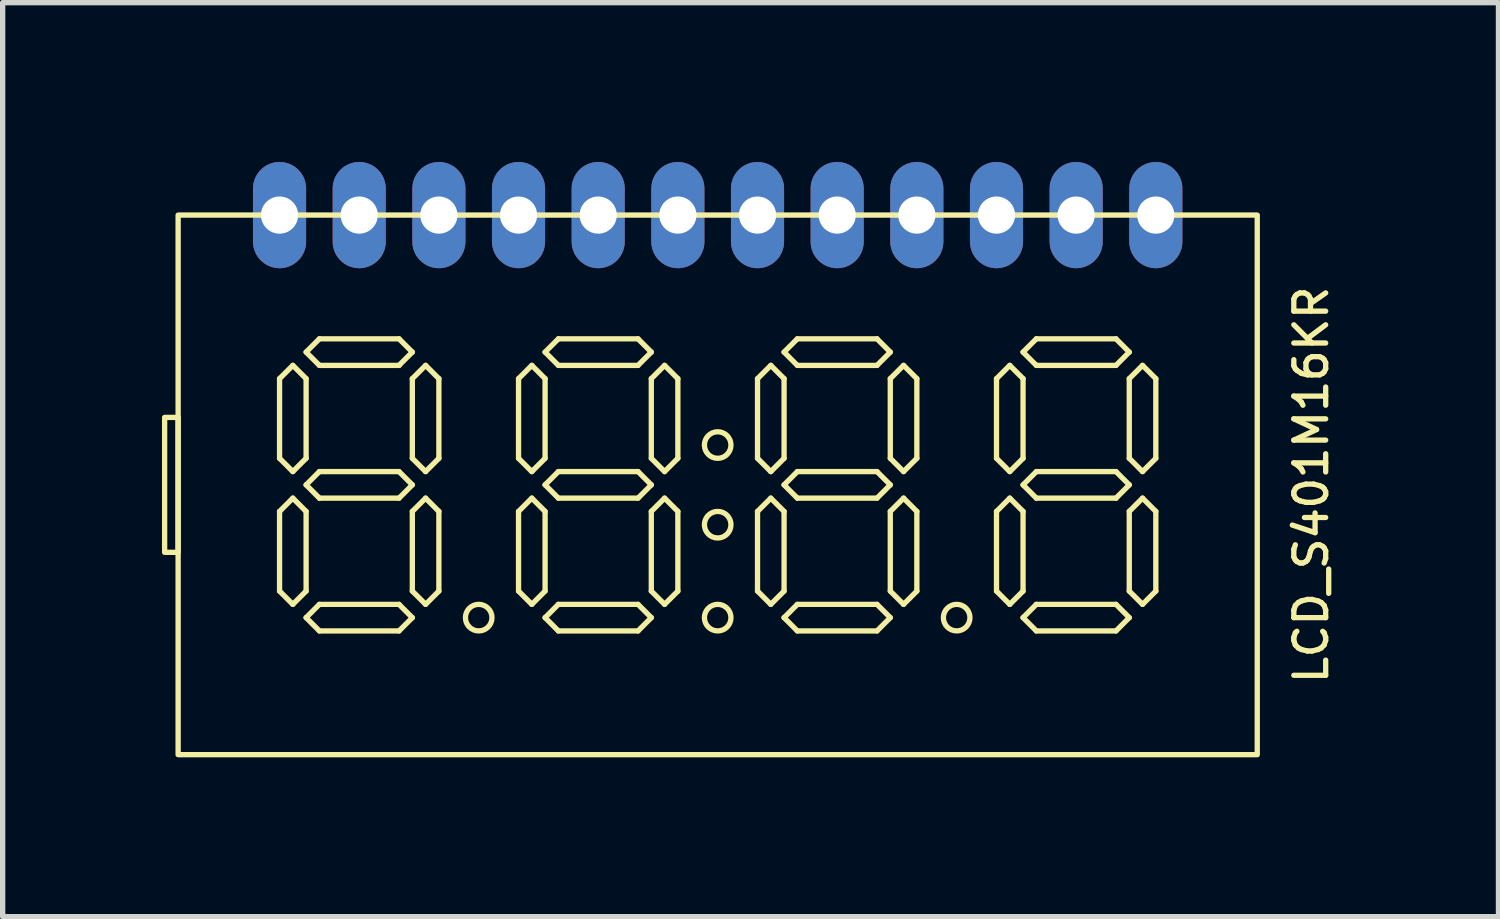
<source format=kicad_pcb>
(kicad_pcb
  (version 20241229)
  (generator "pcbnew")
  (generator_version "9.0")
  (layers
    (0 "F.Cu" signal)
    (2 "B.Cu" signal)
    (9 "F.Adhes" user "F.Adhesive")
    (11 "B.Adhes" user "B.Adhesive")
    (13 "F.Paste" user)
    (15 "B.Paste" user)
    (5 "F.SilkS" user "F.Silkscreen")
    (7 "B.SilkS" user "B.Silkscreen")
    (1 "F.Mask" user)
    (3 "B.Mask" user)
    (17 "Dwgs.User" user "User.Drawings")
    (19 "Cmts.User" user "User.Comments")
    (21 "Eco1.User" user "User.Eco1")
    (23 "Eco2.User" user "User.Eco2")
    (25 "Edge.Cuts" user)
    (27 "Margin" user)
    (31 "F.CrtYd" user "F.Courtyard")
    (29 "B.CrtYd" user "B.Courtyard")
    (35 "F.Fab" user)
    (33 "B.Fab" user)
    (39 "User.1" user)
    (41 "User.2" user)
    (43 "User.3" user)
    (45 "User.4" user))
  (footprint "LCD_S401M16KR"
    (layer "F.Cu")
    (at 10.464 6.08)
    (property "Reference" "LCD_S401M16KR" (at 11.176 0 90) (unlocked yes) (layer "F.SilkS") (effects (font (size 0.6 0.6) (thickness 0.1))))
    (attr through_hole)
    (fp_line (start -8.25 -2) (end -8.25 -0.5) (stroke (width 0.1) (type solid)) (layer "F.SilkS"))
    (fp_line (start -8.25 -0.5) (end -8 -0.25) (stroke (width 0.1) (type solid)) (layer "F.SilkS"))
    (fp_line (start -8.25 0.5) (end -8.25 2) (stroke (width 0.1) (type solid)) (layer "F.SilkS"))
    (fp_line (start -8.25 2) (end -8 2.25) (stroke (width 0.1) (type solid)) (layer "F.SilkS"))
    (fp_line (start -8 -2.25) (end -8.25 -2) (stroke (width 0.1) (type solid)) (layer "F.SilkS"))
    (fp_line (start -8 -0.25) (end -7.75 -0.5) (stroke (width 0.1) (type solid)) (layer "F.SilkS"))
    (fp_line (start -8 0.25) (end -8.25 0.5) (stroke (width 0.1) (type solid)) (layer "F.SilkS"))
    (fp_line (start -8 2.25) (end -7.75 2) (stroke (width 0.1) (type solid)) (layer "F.SilkS"))
    (fp_line (start -7.75 -2.5) (end -7.5 -2.25) (stroke (width 0.1) (type solid)) (layer "F.SilkS"))
    (fp_line (start -7.75 -2) (end -8 -2.25) (stroke (width 0.1) (type solid)) (layer "F.SilkS"))
    (fp_line (start -7.75 -0.5) (end -7.75 -2) (stroke (width 0.1) (type solid)) (layer "F.SilkS"))
    (fp_line (start -7.75 0) (end -7.5 0.25) (stroke (width 0.1) (type solid)) (layer "F.SilkS"))
    (fp_line (start -7.75 0.5) (end -8 0.25) (stroke (width 0.1) (type solid)) (layer "F.SilkS"))
    (fp_line (start -7.75 2) (end -7.75 0.5) (stroke (width 0.1) (type solid)) (layer "F.SilkS"))
    (fp_line (start -7.75 2.5) (end -7.5 2.75) (stroke (width 0.1) (type solid)) (layer "F.SilkS"))
    (fp_line (start -7.5 -2.75) (end -7.75 -2.5) (stroke (width 0.1) (type solid)) (layer "F.SilkS"))
    (fp_line (start -7.5 -2.25) (end -6 -2.25) (stroke (width 0.1) (type solid)) (layer "F.SilkS"))
    (fp_line (start -7.5 -0.25) (end -7.75 0) (stroke (width 0.1) (type solid)) (layer "F.SilkS"))
    (fp_line (start -7.5 0.25) (end -6 0.25) (stroke (width 0.1) (type solid)) (layer "F.SilkS"))
    (fp_line (start -7.5 2.25) (end -7.75 2.5) (stroke (width 0.1) (type solid)) (layer "F.SilkS"))
    (fp_line (start -7.5 2.75) (end -6 2.75) (stroke (width 0.1) (type solid)) (layer "F.SilkS"))
    (fp_line (start -6 -2.75) (end -7.5 -2.75) (stroke (width 0.1) (type solid)) (layer "F.SilkS"))
    (fp_line (start -6 -2.25) (end -5.75 -2.5) (stroke (width 0.1) (type solid)) (layer "F.SilkS"))
    (fp_line (start -6 -0.25) (end -7.5 -0.25) (stroke (width 0.1) (type solid)) (layer "F.SilkS"))
    (fp_line (start -6 0.25) (end -5.75 0) (stroke (width 0.1) (type solid)) (layer "F.SilkS"))
    (fp_line (start -6 2.25) (end -7.5 2.25) (stroke (width 0.1) (type solid)) (layer "F.SilkS"))
    (fp_line (start -6 2.75) (end -5.75 2.5) (stroke (width 0.1) (type solid)) (layer "F.SilkS"))
    (fp_line (start -5.75 -2.5) (end -6 -2.75) (stroke (width 0.1) (type solid)) (layer "F.SilkS"))
    (fp_line (start -5.75 -2) (end -5.75 -0.5) (stroke (width 0.1) (type solid)) (layer "F.SilkS"))
    (fp_line (start -5.75 -0.5) (end -5.5 -0.25) (stroke (width 0.1) (type solid)) (layer "F.SilkS"))
    (fp_line (start -5.75 0) (end -6 -0.25) (stroke (width 0.1) (type solid)) (layer "F.SilkS"))
    (fp_line (start -5.75 0.5) (end -5.75 2) (stroke (width 0.1) (type solid)) (layer "F.SilkS"))
    (fp_line (start -5.75 2) (end -5.5 2.25) (stroke (width 0.1) (type solid)) (layer "F.SilkS"))
    (fp_line (start -5.75 2.5) (end -6 2.25) (stroke (width 0.1) (type solid)) (layer "F.SilkS"))
    (fp_line (start -5.5 -2.25) (end -5.75 -2) (stroke (width 0.1) (type solid)) (layer "F.SilkS"))
    (fp_line (start -5.5 -0.25) (end -5.25 -0.5) (stroke (width 0.1) (type solid)) (layer "F.SilkS"))
    (fp_line (start -5.5 0.25) (end -5.75 0.5) (stroke (width 0.1) (type solid)) (layer "F.SilkS"))
    (fp_line (start -5.5 2.25) (end -5.25 2) (stroke (width 0.1) (type solid)) (layer "F.SilkS"))
    (fp_line (start -5.25 -2) (end -5.5 -2.25) (stroke (width 0.1) (type solid)) (layer "F.SilkS"))
    (fp_line (start -5.25 -0.5) (end -5.25 -2) (stroke (width 0.1) (type solid)) (layer "F.SilkS"))
    (fp_line (start -5.25 0.5) (end -5.5 0.25) (stroke (width 0.1) (type solid)) (layer "F.SilkS"))
    (fp_line (start -5.25 2) (end -5.25 0.5) (stroke (width 0.1) (type solid)) (layer "F.SilkS"))
    (fp_line (start -3.75 -2) (end -3.75 -0.5) (stroke (width 0.1) (type solid)) (layer "F.SilkS"))
    (fp_line (start -3.75 -0.5) (end -3.5 -0.25) (stroke (width 0.1) (type solid)) (layer "F.SilkS"))
    (fp_line (start -3.75 0.5) (end -3.75 2) (stroke (width 0.1) (type solid)) (layer "F.SilkS"))
    (fp_line (start -3.75 2) (end -3.5 2.25) (stroke (width 0.1) (type solid)) (layer "F.SilkS"))
    (fp_line (start -3.5 -2.25) (end -3.75 -2) (stroke (width 0.1) (type solid)) (layer "F.SilkS"))
    (fp_line (start -3.5 -0.25) (end -3.25 -0.5) (stroke (width 0.1) (type solid)) (layer "F.SilkS"))
    (fp_line (start -3.5 0.25) (end -3.75 0.5) (stroke (width 0.1) (type solid)) (layer "F.SilkS"))
    (fp_line (start -3.5 2.25) (end -3.25 2) (stroke (width 0.1) (type solid)) (layer "F.SilkS"))
    (fp_line (start -3.25 -2.5) (end -3 -2.25) (stroke (width 0.1) (type solid)) (layer "F.SilkS"))
    (fp_line (start -3.25 -2) (end -3.5 -2.25) (stroke (width 0.1) (type solid)) (layer "F.SilkS"))
    (fp_line (start -3.25 -0.5) (end -3.25 -2) (stroke (width 0.1) (type solid)) (layer "F.SilkS"))
    (fp_line (start -3.25 0) (end -3 0.25) (stroke (width 0.1) (type solid)) (layer "F.SilkS"))
    (fp_line (start -3.25 0.5) (end -3.5 0.25) (stroke (width 0.1) (type solid)) (layer "F.SilkS"))
    (fp_line (start -3.25 2) (end -3.25 0.5) (stroke (width 0.1) (type solid)) (layer "F.SilkS"))
    (fp_line (start -3.25 2.5) (end -3 2.75) (stroke (width 0.1) (type solid)) (layer "F.SilkS"))
    (fp_line (start -3 -2.75) (end -3.25 -2.5) (stroke (width 0.1) (type solid)) (layer "F.SilkS"))
    (fp_line (start -3 -2.25) (end -1.5 -2.25) (stroke (width 0.1) (type solid)) (layer "F.SilkS"))
    (fp_line (start -3 -0.25) (end -3.25 0) (stroke (width 0.1) (type solid)) (layer "F.SilkS"))
    (fp_line (start -3 0.25) (end -1.5 0.25) (stroke (width 0.1) (type solid)) (layer "F.SilkS"))
    (fp_line (start -3 2.25) (end -3.25 2.5) (stroke (width 0.1) (type solid)) (layer "F.SilkS"))
    (fp_line (start -3 2.75) (end -1.5 2.75) (stroke (width 0.1) (type solid)) (layer "F.SilkS"))
    (fp_line (start -1.5 -2.75) (end -3 -2.75) (stroke (width 0.1) (type solid)) (layer "F.SilkS"))
    (fp_line (start -1.5 -2.25) (end -1.25 -2.5) (stroke (width 0.1) (type solid)) (layer "F.SilkS"))
    (fp_line (start -1.5 -0.25) (end -3 -0.25) (stroke (width 0.1) (type solid)) (layer "F.SilkS"))
    (fp_line (start -1.5 0.25) (end -1.25 0) (stroke (width 0.1) (type solid)) (layer "F.SilkS"))
    (fp_line (start -1.5 2.25) (end -3 2.25) (stroke (width 0.1) (type solid)) (layer "F.SilkS"))
    (fp_line (start -1.5 2.75) (end -1.25 2.5) (stroke (width 0.1) (type solid)) (layer "F.SilkS"))
    (fp_line (start -1.25 -2.5) (end -1.5 -2.75) (stroke (width 0.1) (type solid)) (layer "F.SilkS"))
    (fp_line (start -1.25 -2) (end -1.25 -0.5) (stroke (width 0.1) (type solid)) (layer "F.SilkS"))
    (fp_line (start -1.25 -0.5) (end -1 -0.25) (stroke (width 0.1) (type solid)) (layer "F.SilkS"))
    (fp_line (start -1.25 0) (end -1.5 -0.25) (stroke (width 0.1) (type solid)) (layer "F.SilkS"))
    (fp_line (start -1.25 0.5) (end -1.25 2) (stroke (width 0.1) (type solid)) (layer "F.SilkS"))
    (fp_line (start -1.25 2) (end -1 2.25) (stroke (width 0.1) (type solid)) (layer "F.SilkS"))
    (fp_line (start -1.25 2.5) (end -1.5 2.25) (stroke (width 0.1) (type solid)) (layer "F.SilkS"))
    (fp_line (start -1 -2.25) (end -1.25 -2) (stroke (width 0.1) (type solid)) (layer "F.SilkS"))
    (fp_line (start -1 -0.25) (end -0.75 -0.5) (stroke (width 0.1) (type solid)) (layer "F.SilkS"))
    (fp_line (start -1 0.25) (end -1.25 0.5) (stroke (width 0.1) (type solid)) (layer "F.SilkS"))
    (fp_line (start -1 2.25) (end -0.75 2) (stroke (width 0.1) (type solid)) (layer "F.SilkS"))
    (fp_line (start -0.75 -2) (end -1 -2.25) (stroke (width 0.1) (type solid)) (layer "F.SilkS"))
    (fp_line (start -0.75 -0.5) (end -0.75 -2) (stroke (width 0.1) (type solid)) (layer "F.SilkS"))
    (fp_line (start -0.75 0.5) (end -1 0.25) (stroke (width 0.1) (type solid)) (layer "F.SilkS"))
    (fp_line (start -0.75 2) (end -0.75 0.5) (stroke (width 0.1) (type solid)) (layer "F.SilkS"))
    (fp_line (start 0.75 -2) (end 0.75 -0.5) (stroke (width 0.1) (type solid)) (layer "F.SilkS"))
    (fp_line (start 0.75 -0.5) (end 1 -0.25) (stroke (width 0.1) (type solid)) (layer "F.SilkS"))
    (fp_line (start 0.75 0.5) (end 0.75 2) (stroke (width 0.1) (type solid)) (layer "F.SilkS"))
    (fp_line (start 0.75 2) (end 1 2.25) (stroke (width 0.1) (type solid)) (layer "F.SilkS"))
    (fp_line (start 1 -2.25) (end 0.75 -2) (stroke (width 0.1) (type solid)) (layer "F.SilkS"))
    (fp_line (start 1 -0.25) (end 1.25 -0.5) (stroke (width 0.1) (type solid)) (layer "F.SilkS"))
    (fp_line (start 1 0.25) (end 0.75 0.5) (stroke (width 0.1) (type solid)) (layer "F.SilkS"))
    (fp_line (start 1 2.25) (end 1.25 2) (stroke (width 0.1) (type solid)) (layer "F.SilkS"))
    (fp_line (start 1.25 -2.5) (end 1.5 -2.25) (stroke (width 0.1) (type solid)) (layer "F.SilkS"))
    (fp_line (start 1.25 -2) (end 1 -2.25) (stroke (width 0.1) (type solid)) (layer "F.SilkS"))
    (fp_line (start 1.25 -0.5) (end 1.25 -2) (stroke (width 0.1) (type solid)) (layer "F.SilkS"))
    (fp_line (start 1.25 0) (end 1.5 0.25) (stroke (width 0.1) (type solid)) (layer "F.SilkS"))
    (fp_line (start 1.25 0.5) (end 1 0.25) (stroke (width 0.1) (type solid)) (layer "F.SilkS"))
    (fp_line (start 1.25 2) (end 1.25 0.5) (stroke (width 0.1) (type solid)) (layer "F.SilkS"))
    (fp_line (start 1.25 2.5) (end 1.5 2.75) (stroke (width 0.1) (type solid)) (layer "F.SilkS"))
    (fp_line (start 1.5 -2.75) (end 1.25 -2.5) (stroke (width 0.1) (type solid)) (layer "F.SilkS"))
    (fp_line (start 1.5 -2.25) (end 3 -2.25) (stroke (width 0.1) (type solid)) (layer "F.SilkS"))
    (fp_line (start 1.5 -0.25) (end 1.25 0) (stroke (width 0.1) (type solid)) (layer "F.SilkS"))
    (fp_line (start 1.5 0.25) (end 3 0.25) (stroke (width 0.1) (type solid)) (layer "F.SilkS"))
    (fp_line (start 1.5 2.25) (end 1.25 2.5) (stroke (width 0.1) (type solid)) (layer "F.SilkS"))
    (fp_line (start 1.5 2.75) (end 3 2.75) (stroke (width 0.1) (type solid)) (layer "F.SilkS"))
    (fp_line (start 3 -2.75) (end 1.5 -2.75) (stroke (width 0.1) (type solid)) (layer "F.SilkS"))
    (fp_line (start 3 -2.25) (end 3.25 -2.5) (stroke (width 0.1) (type solid)) (layer "F.SilkS"))
    (fp_line (start 3 -0.25) (end 1.5 -0.25) (stroke (width 0.1) (type solid)) (layer "F.SilkS"))
    (fp_line (start 3 0.25) (end 3.25 0) (stroke (width 0.1) (type solid)) (layer "F.SilkS"))
    (fp_line (start 3 2.25) (end 1.5 2.25) (stroke (width 0.1) (type solid)) (layer "F.SilkS"))
    (fp_line (start 3 2.75) (end 3.25 2.5) (stroke (width 0.1) (type solid)) (layer "F.SilkS"))
    (fp_line (start 3.25 -2.5) (end 3 -2.75) (stroke (width 0.1) (type solid)) (layer "F.SilkS"))
    (fp_line (start 3.25 -2) (end 3.25 -0.5) (stroke (width 0.1) (type solid)) (layer "F.SilkS"))
    (fp_line (start 3.25 -0.5) (end 3.5 -0.25) (stroke (width 0.1) (type solid)) (layer "F.SilkS"))
    (fp_line (start 3.25 0) (end 3 -0.25) (stroke (width 0.1) (type solid)) (layer "F.SilkS"))
    (fp_line (start 3.25 0.5) (end 3.25 2) (stroke (width 0.1) (type solid)) (layer "F.SilkS"))
    (fp_line (start 3.25 2) (end 3.5 2.25) (stroke (width 0.1) (type solid)) (layer "F.SilkS"))
    (fp_line (start 3.25 2.5) (end 3 2.25) (stroke (width 0.1) (type solid)) (layer "F.SilkS"))
    (fp_line (start 3.5 -2.25) (end 3.25 -2) (stroke (width 0.1) (type solid)) (layer "F.SilkS"))
    (fp_line (start 3.5 -0.25) (end 3.75 -0.5) (stroke (width 0.1) (type solid)) (layer "F.SilkS"))
    (fp_line (start 3.5 0.25) (end 3.25 0.5) (stroke (width 0.1) (type solid)) (layer "F.SilkS"))
    (fp_line (start 3.5 2.25) (end 3.75 2) (stroke (width 0.1) (type solid)) (layer "F.SilkS"))
    (fp_line (start 3.75 -2) (end 3.5 -2.25) (stroke (width 0.1) (type solid)) (layer "F.SilkS"))
    (fp_line (start 3.75 -0.5) (end 3.75 -2) (stroke (width 0.1) (type solid)) (layer "F.SilkS"))
    (fp_line (start 3.75 0.5) (end 3.5 0.25) (stroke (width 0.1) (type solid)) (layer "F.SilkS"))
    (fp_line (start 3.75 2) (end 3.75 0.5) (stroke (width 0.1) (type solid)) (layer "F.SilkS"))
    (fp_line (start 5.25 -2) (end 5.25 -0.5) (stroke (width 0.1) (type solid)) (layer "F.SilkS"))
    (fp_line (start 5.25 -0.5) (end 5.5 -0.25) (stroke (width 0.1) (type solid)) (layer "F.SilkS"))
    (fp_line (start 5.25 0.5) (end 5.25 2) (stroke (width 0.1) (type solid)) (layer "F.SilkS"))
    (fp_line (start 5.25 2) (end 5.5 2.25) (stroke (width 0.1) (type solid)) (layer "F.SilkS"))
    (fp_line (start 5.5 -2.25) (end 5.25 -2) (stroke (width 0.1) (type solid)) (layer "F.SilkS"))
    (fp_line (start 5.5 -0.25) (end 5.75 -0.5) (stroke (width 0.1) (type solid)) (layer "F.SilkS"))
    (fp_line (start 5.5 0.25) (end 5.25 0.5) (stroke (width 0.1) (type solid)) (layer "F.SilkS"))
    (fp_line (start 5.5 2.25) (end 5.75 2) (stroke (width 0.1) (type solid)) (layer "F.SilkS"))
    (fp_line (start 5.75 -2.5) (end 6 -2.25) (stroke (width 0.1) (type solid)) (layer "F.SilkS"))
    (fp_line (start 5.75 -2) (end 5.5 -2.25) (stroke (width 0.1) (type solid)) (layer "F.SilkS"))
    (fp_line (start 5.75 -0.5) (end 5.75 -2) (stroke (width 0.1) (type solid)) (layer "F.SilkS"))
    (fp_line (start 5.75 0) (end 6 0.25) (stroke (width 0.1) (type solid)) (layer "F.SilkS"))
    (fp_line (start 5.75 0.5) (end 5.5 0.25) (stroke (width 0.1) (type solid)) (layer "F.SilkS"))
    (fp_line (start 5.75 2) (end 5.75 0.5) (stroke (width 0.1) (type solid)) (layer "F.SilkS"))
    (fp_line (start 5.75 2.5) (end 6 2.75) (stroke (width 0.1) (type solid)) (layer "F.SilkS"))
    (fp_line (start 6 -2.75) (end 5.75 -2.5) (stroke (width 0.1) (type solid)) (layer "F.SilkS"))
    (fp_line (start 6 -2.25) (end 7.5 -2.25) (stroke (width 0.1) (type solid)) (layer "F.SilkS"))
    (fp_line (start 6 -0.25) (end 5.75 0) (stroke (width 0.1) (type solid)) (layer "F.SilkS"))
    (fp_line (start 6 0.25) (end 7.5 0.25) (stroke (width 0.1) (type solid)) (layer "F.SilkS"))
    (fp_line (start 6 2.25) (end 5.75 2.5) (stroke (width 0.1) (type solid)) (layer "F.SilkS"))
    (fp_line (start 6 2.75) (end 7.5 2.75) (stroke (width 0.1) (type solid)) (layer "F.SilkS"))
    (fp_line (start 7.5 -2.75) (end 6 -2.75) (stroke (width 0.1) (type solid)) (layer "F.SilkS"))
    (fp_line (start 7.5 -2.25) (end 7.75 -2.5) (stroke (width 0.1) (type solid)) (layer "F.SilkS"))
    (fp_line (start 7.5 -0.25) (end 6 -0.25) (stroke (width 0.1) (type solid)) (layer "F.SilkS"))
    (fp_line (start 7.5 0.25) (end 7.75 0) (stroke (width 0.1) (type solid)) (layer "F.SilkS"))
    (fp_line (start 7.5 2.25) (end 6 2.25) (stroke (width 0.1) (type solid)) (layer "F.SilkS"))
    (fp_line (start 7.5 2.75) (end 7.75 2.5) (stroke (width 0.1) (type solid)) (layer "F.SilkS"))
    (fp_line (start 7.75 -2.5) (end 7.5 -2.75) (stroke (width 0.1) (type solid)) (layer "F.SilkS"))
    (fp_line (start 7.75 -2) (end 7.75 -0.5) (stroke (width 0.1) (type solid)) (layer "F.SilkS"))
    (fp_line (start 7.75 -0.5) (end 8 -0.25) (stroke (width 0.1) (type solid)) (layer "F.SilkS"))
    (fp_line (start 7.75 0) (end 7.5 -0.25) (stroke (width 0.1) (type solid)) (layer "F.SilkS"))
    (fp_line (start 7.75 0.5) (end 7.75 2) (stroke (width 0.1) (type solid)) (layer "F.SilkS"))
    (fp_line (start 7.75 2) (end 8 2.25) (stroke (width 0.1) (type solid)) (layer "F.SilkS"))
    (fp_line (start 7.75 2.5) (end 7.5 2.25) (stroke (width 0.1) (type solid)) (layer "F.SilkS"))
    (fp_line (start 8 -2.25) (end 7.75 -2) (stroke (width 0.1) (type solid)) (layer "F.SilkS"))
    (fp_line (start 8 -0.25) (end 8.25 -0.5) (stroke (width 0.1) (type solid)) (layer "F.SilkS"))
    (fp_line (start 8 0.25) (end 7.75 0.5) (stroke (width 0.1) (type solid)) (layer "F.SilkS"))
    (fp_line (start 8 2.25) (end 8.25 2) (stroke (width 0.1) (type solid)) (layer "F.SilkS"))
    (fp_line (start 8.25 -2) (end 8 -2.25) (stroke (width 0.1) (type solid)) (layer "F.SilkS"))
    (fp_line (start 8.25 -0.5) (end 8.25 -2) (stroke (width 0.1) (type solid)) (layer "F.SilkS"))
    (fp_line (start 8.25 0.5) (end 8 0.25) (stroke (width 0.1) (type solid)) (layer "F.SilkS"))
    (fp_line (start 8.25 2) (end 8.25 0.5) (stroke (width 0.1) (type solid)) (layer "F.SilkS"))
    (fp_rect (start -10.16 -5.08) (end 10.16 5.08) (stroke (width 0.1) (type solid)) (fill no) (layer "F.SilkS"))
    (fp_rect (start -10.16 -1.27) (end -10.414 1.27) (stroke (width 0.1) (type solid)) (fill no) (layer "F.SilkS"))
    (fp_circle (center -4.5 2.5) (end -4.5 2.25) (stroke (width 0.1) (type solid)) (fill no) (layer "F.SilkS"))
    (fp_circle (center 0 -0.75) (end 0.25 -0.75) (stroke (width 0.1) (type solid)) (fill no) (layer "F.SilkS"))
    (fp_circle (center 0 0.75) (end 0.25 0.75) (stroke (width 0.1) (type solid)) (fill no) (layer "F.SilkS"))
    (fp_circle (center 0 2.5) (end 0 2.25) (stroke (width 0.1) (type solid)) (fill no) (layer "F.SilkS"))
    (fp_circle (center 4.5 2.5) (end 4.5 2.25) (stroke (width 0.1) (type solid)) (fill no) (layer "F.SilkS"))
    (pad "1" thru_hole oval (at -8.25 -5.08) (size 1 2) (drill 0.7) (layers "*.Cu" "*.Mask"))
    (pad "2" thru_hole oval (at -6.75 -5.08) (size 1 2) (drill 0.7) (layers "*.Cu" "*.Mask"))
    (pad "3" thru_hole oval (at -5.25 -5.08) (size 1 2) (drill 0.7) (layers "*.Cu" "*.Mask"))
    (pad "4" thru_hole oval (at -3.75 -5.08) (size 1 2) (drill 0.7) (layers "*.Cu" "*.Mask"))
    (pad "5" thru_hole oval (at -2.25 -5.08) (size 1 2) (drill 0.7) (layers "*.Cu" "*.Mask"))
    (pad "6" thru_hole oval (at -0.75 -5.08) (size 1 2) (drill 0.7) (layers "*.Cu" "*.Mask"))
    (pad "7" thru_hole oval (at 0.75 -5.08) (size 1 2) (drill 0.7) (layers "*.Cu" "*.Mask"))
    (pad "8" thru_hole oval (at 2.25 -5.08) (size 1 2) (drill 0.7) (layers "*.Cu" "*.Mask"))
    (pad "9" thru_hole oval (at 3.75 -5.08) (size 1 2) (drill 0.7) (layers "*.Cu" "*.Mask"))
    (pad "10" thru_hole oval (at 5.25 -5.08) (size 1 2) (drill 0.7) (layers "*.Cu" "*.Mask"))
    (pad "11" thru_hole oval (at 6.75 -5.08) (size 1 2) (drill 0.7) (layers "*.Cu" "*.Mask"))
    (pad "12" thru_hole oval (at 8.25 -5.08) (size 1 2) (drill 0.7) (layers "*.Cu" "*.Mask")))
  (gr_rect
    (start -3 -3)
    (end 25.166 14.21)
    (stroke (width 0.1) (type default))
    (fill no)
    (layer "Edge.Cuts")))
</source>
